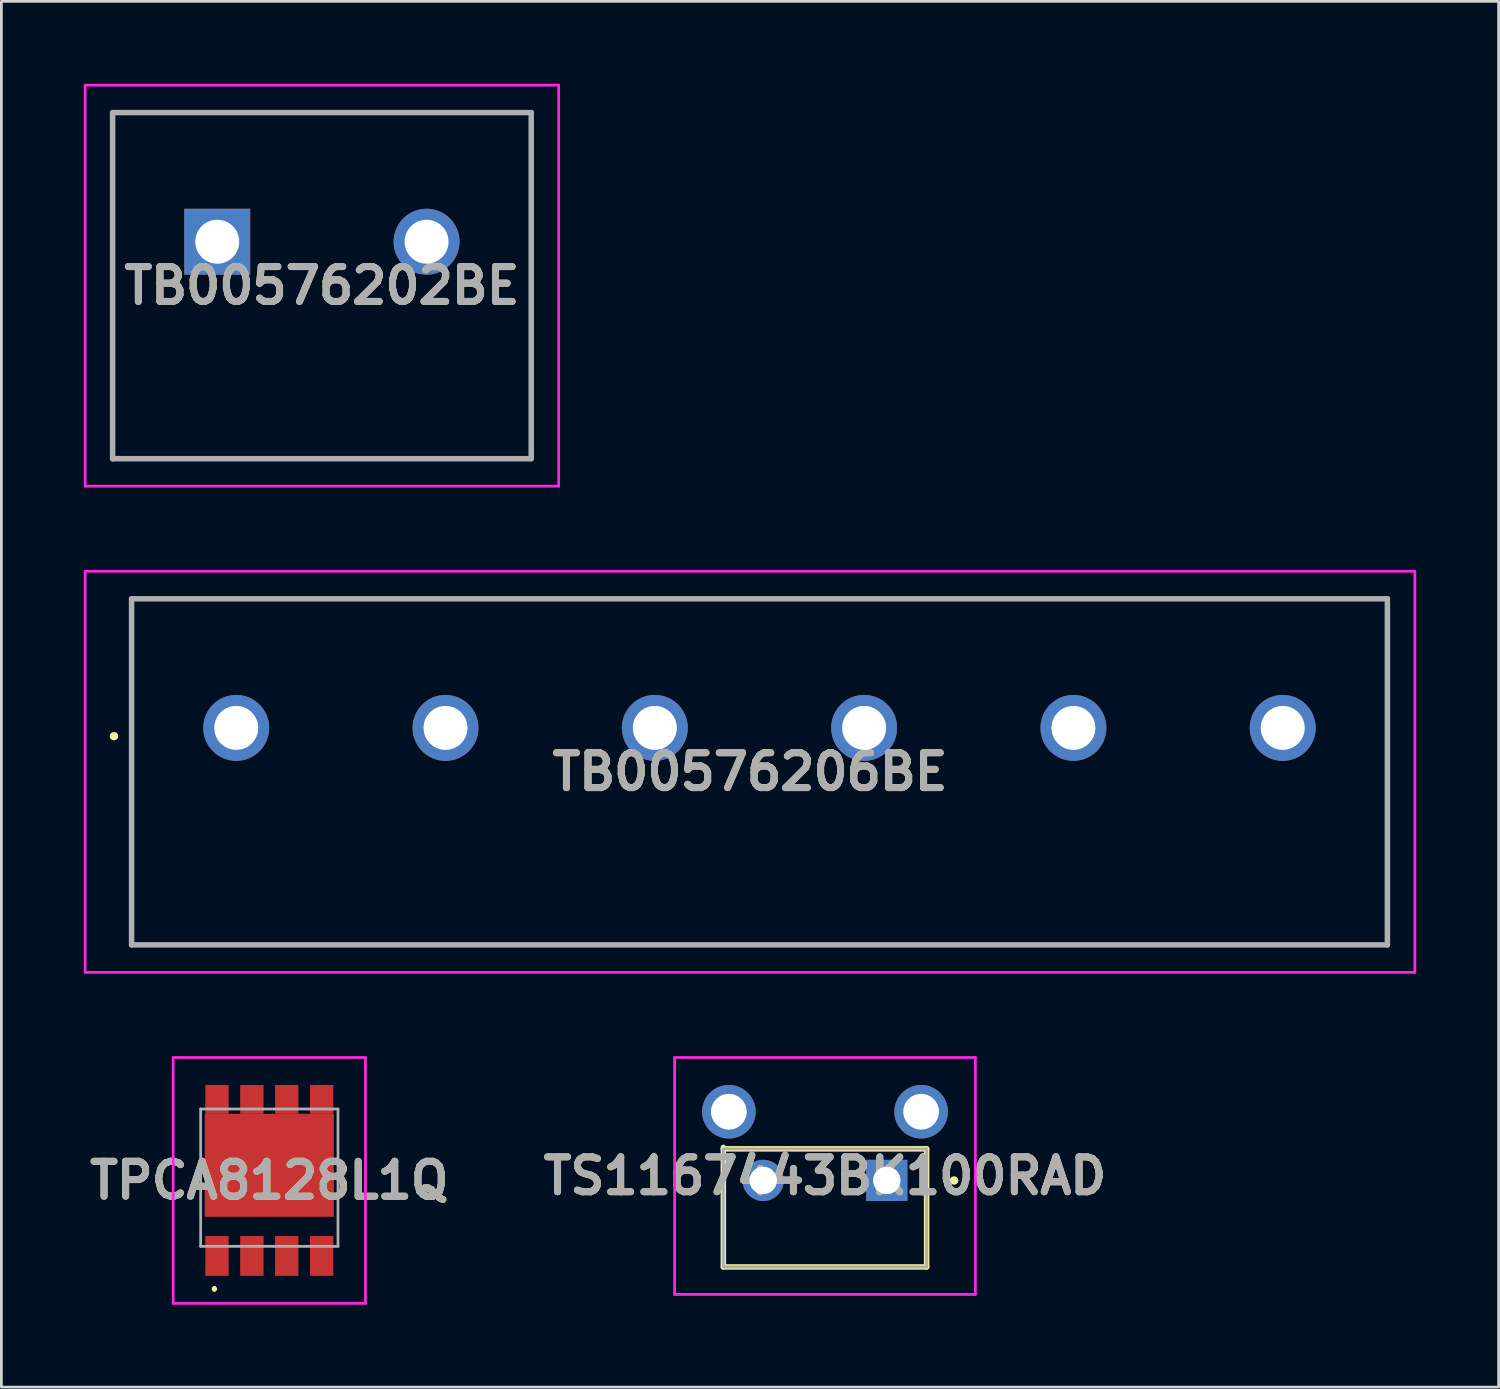
<source format=kicad_pcb>
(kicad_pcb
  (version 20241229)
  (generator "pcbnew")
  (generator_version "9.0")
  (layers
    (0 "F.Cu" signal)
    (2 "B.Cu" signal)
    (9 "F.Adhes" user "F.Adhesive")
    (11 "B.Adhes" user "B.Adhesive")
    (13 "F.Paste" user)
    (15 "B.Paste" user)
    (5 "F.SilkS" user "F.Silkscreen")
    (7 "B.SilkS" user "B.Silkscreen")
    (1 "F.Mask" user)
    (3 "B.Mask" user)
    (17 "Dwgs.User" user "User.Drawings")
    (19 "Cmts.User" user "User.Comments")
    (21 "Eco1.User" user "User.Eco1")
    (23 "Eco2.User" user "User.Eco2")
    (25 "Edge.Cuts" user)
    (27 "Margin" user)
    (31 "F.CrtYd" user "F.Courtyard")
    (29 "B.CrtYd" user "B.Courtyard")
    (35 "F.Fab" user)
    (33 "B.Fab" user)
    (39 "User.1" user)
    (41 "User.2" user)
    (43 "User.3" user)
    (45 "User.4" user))
  (footprint "TB00576206BE"
    (layer "F.Cu")
    (at 5.55 23.45)
    (property "Reference" "TB00576206BE" (at 18.705 1.6 0) (layer "F.SilkS") (effects (font (size 1.27 1.27) (thickness 0.254))))
    (attr through_hole)
    (fp_line (start -4.5 0.3) (end -4.5 0.3) (stroke (width 0.2) (type solid)) (layer "F.SilkS"))
    (fp_line (start -4.5 0.3) (end -4.5 0.3) (stroke (width 0.2) (type solid)) (layer "F.SilkS"))
    (fp_line (start -4.4 0.3) (end -4.4 0.3) (stroke (width 0.2) (type solid)) (layer "F.SilkS"))
    (fp_line (start -3.81 -4.7) (end 41.91 -4.7) (stroke (width 0.1) (type solid)) (layer "F.SilkS"))
    (fp_line (start -3.81 7.9) (end -3.81 -4.7) (stroke (width 0.1) (type solid)) (layer "F.SilkS"))
    (fp_line (start 41.91 -4.7) (end 41.91 7.9) (stroke (width 0.1) (type solid)) (layer "F.SilkS"))
    (fp_line (start 41.91 7.9) (end -3.81 7.9) (stroke (width 0.1) (type solid)) (layer "F.SilkS"))
    (fp_arc (start -4.5 0.3) (mid -4.45 0.25) (end -4.4 0.3) (stroke (width 0.2) (type solid)) (layer "F.SilkS"))
    (fp_arc (start -4.4 0.3) (mid -4.45 0.35) (end -4.5 0.3) (stroke (width 0.2) (type solid)) (layer "F.SilkS"))
    (fp_arc (start -4.4 0.3) (mid -4.45 0.35) (end -4.5 0.3) (stroke (width 0.2) (type solid)) (layer "F.SilkS"))
    (fp_line (start -5.5 -5.7) (end 42.91 -5.7) (stroke (width 0.1) (type solid)) (layer "F.CrtYd"))
    (fp_line (start -5.5 8.9) (end -5.5 -5.7) (stroke (width 0.1) (type solid)) (layer "F.CrtYd"))
    (fp_line (start 42.91 -5.7) (end 42.91 8.9) (stroke (width 0.1) (type solid)) (layer "F.CrtYd"))
    (fp_line (start 42.91 8.9) (end -5.5 8.9) (stroke (width 0.1) (type solid)) (layer "F.CrtYd"))
    (fp_line (start -3.81 -4.7) (end -3.81 7.9) (stroke (width 0.2) (type solid)) (layer "F.Fab"))
    (fp_line (start -3.81 7.9) (end 41.91 7.9) (stroke (width 0.2) (type solid)) (layer "F.Fab"))
    (fp_line (start 41.91 -4.7) (end -3.81 -4.7) (stroke (width 0.2) (type solid)) (layer "F.Fab"))
    (fp_line (start 41.91 7.9) (end 41.91 -4.7) (stroke (width 0.2) (type solid)) (layer "F.Fab"))
    (fp_text user "${REFERENCE}" (at 18.705 1.6 0) (layer "F.Fab") (effects (font (size 1.27 1.27) (thickness 0.254))))
    (pad "1" thru_hole circle (at 0 0) (size 2.4 2.4) (drill 1.6) (layers "*.Cu" "*.Mask"))
    (pad "2" thru_hole circle (at 7.62 0) (size 2.4 2.4) (drill 1.6) (layers "*.Cu" "*.Mask"))
    (pad "3" thru_hole circle (at 15.24 0) (size 2.4 2.4) (drill 1.6) (layers "*.Cu" "*.Mask"))
    (pad "4" thru_hole circle (at 22.86 0) (size 2.4 2.4) (drill 1.6) (layers "*.Cu" "*.Mask"))
    (pad "5" thru_hole circle (at 30.48 0) (size 2.4 2.4) (drill 1.6) (layers "*.Cu" "*.Mask"))
    (pad "6" thru_hole circle (at 38.1 0) (size 2.4 2.4) (drill 1.6) (layers "*.Cu" "*.Mask")))
  (footprint "TB00576202BE"
    (layer "F.Cu")
    (at 4.86 5.75)
    (property "Reference" "TB00576202BE" (at 3.81 1.6 0) (layer "F.SilkS") (effects (font (size 1.27 1.27) (thickness 0.254))))
    (attr through_hole)
    (fp_line (start -3.81 -4.7) (end 11.43 -4.7) (stroke (width 0.1) (type solid)) (layer "F.SilkS"))
    (fp_line (start -3.81 7.9) (end -3.81 -4.7) (stroke (width 0.1) (type solid)) (layer "F.SilkS"))
    (fp_line (start 11.43 -4.7) (end 11.43 7.9) (stroke (width 0.1) (type solid)) (layer "F.SilkS"))
    (fp_line (start 11.43 7.9) (end -3.81 7.9) (stroke (width 0.1) (type solid)) (layer "F.SilkS"))
    (fp_line (start -4.81 -5.7) (end 12.43 -5.7) (stroke (width 0.1) (type solid)) (layer "F.CrtYd"))
    (fp_line (start -4.81 8.9) (end -4.81 -5.7) (stroke (width 0.1) (type solid)) (layer "F.CrtYd"))
    (fp_line (start 12.43 -5.7) (end 12.43 8.9) (stroke (width 0.1) (type solid)) (layer "F.CrtYd"))
    (fp_line (start 12.43 8.9) (end -4.81 8.9) (stroke (width 0.1) (type solid)) (layer "F.CrtYd"))
    (fp_line (start -3.81 -4.7) (end -3.81 7.9) (stroke (width 0.2) (type solid)) (layer "F.Fab"))
    (fp_line (start -3.81 7.9) (end 11.43 7.9) (stroke (width 0.2) (type solid)) (layer "F.Fab"))
    (fp_line (start 11.43 -4.7) (end -3.81 -4.7) (stroke (width 0.2) (type solid)) (layer "F.Fab"))
    (fp_line (start 11.43 7.9) (end 11.43 -4.7) (stroke (width 0.2) (type solid)) (layer "F.Fab"))
    (fp_text user "${REFERENCE}" (at 3.81 1.6 0) (layer "F.Fab") (effects (font (size 1.27 1.27) (thickness 0.254))))
    (pad "1" thru_hole rect (at 0 0) (size 2.4 2.4) (drill 1.6) (layers "*.Cu" "*.Mask"))
    (pad "2" thru_hole circle (at 7.62 0) (size 2.4 2.4) (drill 1.6) (layers "*.Cu" "*.Mask")))
  (footprint "TS1167443BK100RAD"
    (layer "F.Cu")
    (at 29.235 39.925)
    (property "Reference" "TS1167443BK100RAD" (at -2.25 -0.162 0) (layer "F.SilkS") (effects (font (size 1.27 1.27) (thickness 0.254))))
    (attr through_hole)
    (fp_line (start -5.95 -1.15) (end 1.45 -1.15) (stroke (width 0.2) (type solid)) (layer "F.SilkS"))
    (fp_line (start -5.95 3.15) (end -5.95 -1.2) (stroke (width 0.2) (type solid)) (layer "F.SilkS"))
    (fp_line (start 1.45 -1.15) (end 1.45 3.15) (stroke (width 0.2) (type solid)) (layer "F.SilkS"))
    (fp_line (start 1.45 3.15) (end -5.95 3.15) (stroke (width 0.2) (type solid)) (layer "F.SilkS"))
    (fp_line (start 2.4 0) (end 2.4 0) (stroke (width 0.2) (type solid)) (layer "F.SilkS"))
    (fp_line (start 2.4 0) (end 2.4 0) (stroke (width 0.2) (type solid)) (layer "F.SilkS"))
    (fp_line (start 2.5 0) (end 2.5 0) (stroke (width 0.2) (type solid)) (layer "F.SilkS"))
    (fp_arc (start 2.4 0) (mid 2.45 -0.05) (end 2.5 0) (stroke (width 0.2) (type solid)) (layer "F.SilkS"))
    (fp_arc (start 2.5 0) (mid 2.45 0.05) (end 2.4 0) (stroke (width 0.2) (type solid)) (layer "F.SilkS"))
    (fp_arc (start 2.5 0) (mid 2.45 0.05) (end 2.4 0) (stroke (width 0.2) (type solid)) (layer "F.SilkS"))
    (fp_line (start -7.725 -4.475) (end 3.225 -4.475) (stroke (width 0.1) (type solid)) (layer "F.CrtYd"))
    (fp_line (start -7.725 4.15) (end -7.725 -4.475) (stroke (width 0.1) (type solid)) (layer "F.CrtYd"))
    (fp_line (start 3.225 -4.475) (end 3.225 4.15) (stroke (width 0.1) (type solid)) (layer "F.CrtYd"))
    (fp_line (start 3.225 4.15) (end -7.725 4.15) (stroke (width 0.1) (type solid)) (layer "F.CrtYd"))
    (fp_line (start -5.95 -1.15) (end -5.95 3.15) (stroke (width 0.1) (type solid)) (layer "F.Fab"))
    (fp_line (start -5.95 3.15) (end 1.45 3.15) (stroke (width 0.1) (type solid)) (layer "F.Fab"))
    (fp_line (start 1.45 -1.15) (end -5.95 -1.15) (stroke (width 0.1) (type solid)) (layer "F.Fab"))
    (fp_line (start 1.45 3.15) (end 1.45 -1.15) (stroke (width 0.1) (type solid)) (layer "F.Fab"))
    (fp_text user "${REFERENCE}" (at -2.25 -0.162 0) (layer "F.Fab") (effects (font (size 1.27 1.27) (thickness 0.254))))
    (pad "1" thru_hole rect (at 0 0) (size 1.5 1.5) (drill 1) (layers "*.Cu" "*.Mask"))
    (pad "2" thru_hole circle (at -4.5 0) (size 1.5 1.5) (drill 1) (layers "*.Cu" "*.Mask"))
    (pad "3" thru_hole circle (at 1.25 -2.5) (size 1.95 1.95) (drill 1.3) (layers "*.Cu" "*.Mask"))
    (pad "4" thru_hole circle (at -5.75 -2.5) (size 1.95 1.95) (drill 1.3) (layers "*.Cu" "*.Mask")))
  (footprint "TPCA8128L1Q"
    (layer "F.Cu")
    (at 6.755 39.825)
    (property "Reference" "TPCA8128L1Q" (at 0 0.1 0) (layer "F.SilkS") (effects (font (size 1.27 1.27) (thickness 0.254))))
    (attr smd)
    (fp_line (start -2 4) (end -2 4) (stroke (width 0.1) (type solid)) (layer "F.SilkS"))
    (fp_line (start -2 4.1) (end -2 4.1) (stroke (width 0.1) (type solid)) (layer "F.SilkS"))
    (fp_arc (start -2 4) (mid -1.95 4.05) (end -2 4.1) (stroke (width 0.1) (type solid)) (layer "F.SilkS"))
    (fp_arc (start -2 4.1) (mid -2.05 4.05) (end -2 4) (stroke (width 0.1) (type solid)) (layer "F.SilkS"))
    (fp_line (start -3.5 -4.375) (end 3.5 -4.375) (stroke (width 0.1) (type solid)) (layer "F.CrtYd"))
    (fp_line (start -3.5 4.575) (end -3.5 -4.375) (stroke (width 0.1) (type solid)) (layer "F.CrtYd"))
    (fp_line (start 3.5 -4.375) (end 3.5 4.575) (stroke (width 0.1) (type solid)) (layer "F.CrtYd"))
    (fp_line (start 3.5 4.575) (end -3.5 4.575) (stroke (width 0.1) (type solid)) (layer "F.CrtYd"))
    (fp_line (start -2.5 -2.5) (end 2.5 -2.5) (stroke (width 0.1) (type solid)) (layer "F.Fab"))
    (fp_line (start -2.5 2.5) (end -2.5 -2.5) (stroke (width 0.1) (type solid)) (layer "F.Fab"))
    (fp_line (start 2.5 -2.5) (end 2.5 2.5) (stroke (width 0.1) (type solid)) (layer "F.Fab"))
    (fp_line (start 2.5 2.5) (end -2.5 2.5) (stroke (width 0.1) (type solid)) (layer "F.Fab"))
    (fp_text user "${REFERENCE}" (at 0 0.1 0) (layer "F.Fab") (effects (font (size 1.27 1.27) (thickness 0.254))))
    (pad "1" smd rect (at -1.905 2.85) (size 0.85 1.45) (layers "F.Cu" "F.Mask" "F.Paste"))
    (pad "2" smd rect (at -0.635 2.85) (size 0.85 1.45) (layers "F.Cu" "F.Mask" "F.Paste"))
    (pad "3" smd rect (at 0.635 2.85) (size 0.85 1.45) (layers "F.Cu" "F.Mask" "F.Paste"))
    (pad "4" smd rect (at 1.905 2.85) (size 0.85 1.45) (layers "F.Cu" "F.Mask" "F.Paste"))
    (pad "5" smd rect (at 1.905 -2.85) (size 0.85 1.05) (layers "F.Cu" "F.Mask" "F.Paste"))
    (pad "6" smd rect (at 0.635 -2.85) (size 0.85 1.05) (layers "F.Cu" "F.Mask" "F.Paste"))
    (pad "7" smd rect (at -0.635 -2.85) (size 0.85 1.05) (layers "F.Cu" "F.Mask" "F.Paste"))
    (pad "8" smd rect (at -1.905 -2.85) (size 0.85 1.05) (layers "F.Cu" "F.Mask" "F.Paste"))
    (pad "9" smd rect (at 0 -0.45 90) (size 3.75 4.7) (layers "F.Cu" "F.Mask" "F.Paste")))
  (gr_rect
    (start -3 -3)
    (end 51.51 47.45)
    (stroke (width 0.1) (type default))
    (fill no)
    (layer "Edge.Cuts")))
</source>
